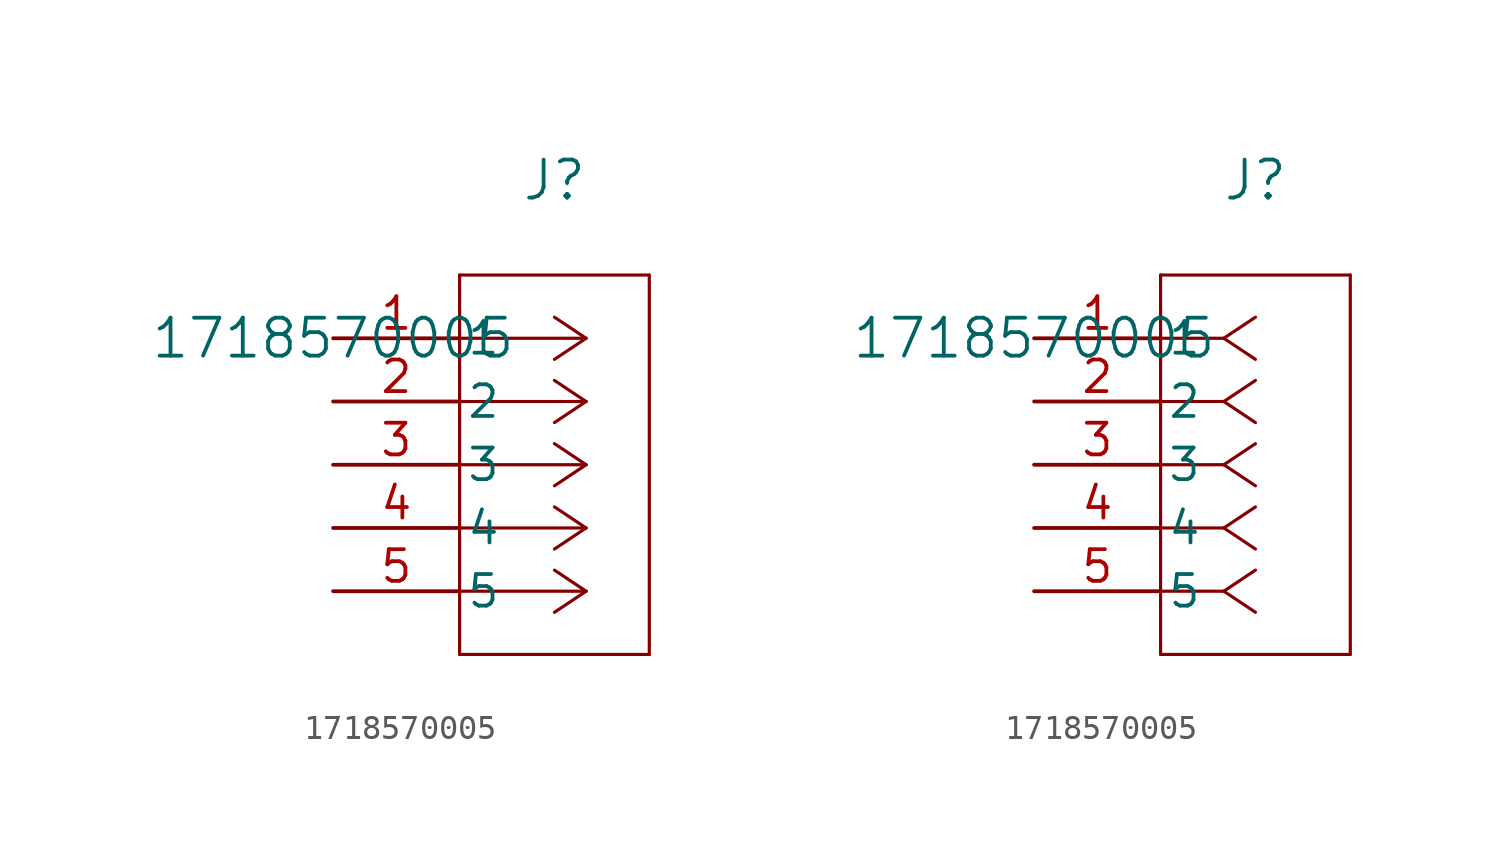
<source format=kicad_sym>
(kicad_symbol_lib
  (version 20241209)
  (generator "kicad_symbol_editor")
  (generator_version "9.0")
  (symbol "1718570005"
    (pin_names
      (offset 0.254))
    (property "Reference" "J"
      (at 8.89 6.35 0)
      (effects (font (size 1.524 1.524))))
    (property "Value" "1718570005"
      (at 0 0 0)
      (effects (font (size 1.524 1.524))))
    (symbol "1718570005_1_1"
      (polyline (pts (xy 5.08 2.54) (xy 5.08 -12.7)) (stroke (width 0.127) (type default)) (fill (type none)))
      (polyline (pts (xy 5.08 -12.7) (xy 12.7 -12.7)) (stroke (width 0.127) (type default)) (fill (type none)))
      (polyline (pts (xy 10.16 0) (xy 5.08 0)) (stroke (width 0.127) (type default)) (fill (type none)))
      (polyline (pts (xy 10.16 0) (xy 8.89 0.847)) (stroke (width 0.127) (type default)) (fill (type none)))
      (polyline (pts (xy 10.16 0) (xy 8.89 -0.847)) (stroke (width 0.127) (type default)) (fill (type none)))
      (polyline (pts (xy 10.16 -2.54) (xy 5.08 -2.54)) (stroke (width 0.127) (type default)) (fill (type none)))
      (polyline (pts (xy 10.16 -2.54) (xy 8.89 -1.693)) (stroke (width 0.127) (type default)) (fill (type none)))
      (polyline (pts (xy 10.16 -2.54) (xy 8.89 -3.387)) (stroke (width 0.127) (type default)) (fill (type none)))
      (polyline (pts (xy 10.16 -5.08) (xy 5.08 -5.08)) (stroke (width 0.127) (type default)) (fill (type none)))
      (polyline (pts (xy 10.16 -5.08) (xy 8.89 -4.233)) (stroke (width 0.127) (type default)) (fill (type none)))
      (polyline (pts (xy 10.16 -5.08) (xy 8.89 -5.927)) (stroke (width 0.127) (type default)) (fill (type none)))
      (polyline (pts (xy 10.16 -7.62) (xy 5.08 -7.62)) (stroke (width 0.127) (type default)) (fill (type none)))
      (polyline (pts (xy 10.16 -7.62) (xy 8.89 -6.773)) (stroke (width 0.127) (type default)) (fill (type none)))
      (polyline (pts (xy 10.16 -7.62) (xy 8.89 -8.467)) (stroke (width 0.127) (type default)) (fill (type none)))
      (polyline (pts (xy 10.16 -10.16) (xy 5.08 -10.16)) (stroke (width 0.127) (type default)) (fill (type none)))
      (polyline (pts (xy 10.16 -10.16) (xy 8.89 -9.313)) (stroke (width 0.127) (type default)) (fill (type none)))
      (polyline (pts (xy 10.16 -10.16) (xy 8.89 -11.007)) (stroke (width 0.127) (type default)) (fill (type none)))
      (polyline (pts (xy 12.7 2.54) (xy 5.08 2.54)) (stroke (width 0.127) (type default)) (fill (type none)))
      (polyline (pts (xy 12.7 -12.7) (xy 12.7 2.54)) (stroke (width 0.127) (type default)) (fill (type none)))
      (pin unspecified line (at 0 0 0) (length 5.08) (name "1" (effects (font (size 1.27 1.27)))) (number "1" (effects (font (size 1.27 1.27)))))
      (pin unspecified line (at 0 -2.54 0) (length 5.08) (name "2" (effects (font (size 1.27 1.27)))) (number "2" (effects (font (size 1.27 1.27)))))
      (pin unspecified line (at 0 -5.08 0) (length 5.08) (name "3" (effects (font (size 1.27 1.27)))) (number "3" (effects (font (size 1.27 1.27)))))
      (pin unspecified line (at 0 -7.62 0) (length 5.08) (name "4" (effects (font (size 1.27 1.27)))) (number "4" (effects (font (size 1.27 1.27)))))
      (pin unspecified line (at 0 -10.16 0) (length 5.08) (name "5" (effects (font (size 1.27 1.27)))) (number "5" (effects (font (size 1.27 1.27))))))
    (symbol "1718570005_1_2"
      (polyline (pts (xy 5.08 2.54) (xy 5.08 -12.7)) (stroke (width 0.127) (type default)) (fill (type none)))
      (polyline (pts (xy 5.08 -12.7) (xy 12.7 -12.7)) (stroke (width 0.127) (type default)) (fill (type none)))
      (polyline (pts (xy 7.62 0) (xy 5.08 0)) (stroke (width 0.127) (type default)) (fill (type none)))
      (polyline (pts (xy 7.62 0) (xy 8.89 0.847)) (stroke (width 0.127) (type default)) (fill (type none)))
      (polyline (pts (xy 7.62 0) (xy 8.89 -0.847)) (stroke (width 0.127) (type default)) (fill (type none)))
      (polyline (pts (xy 7.62 -2.54) (xy 5.08 -2.54)) (stroke (width 0.127) (type default)) (fill (type none)))
      (polyline (pts (xy 7.62 -2.54) (xy 8.89 -1.693)) (stroke (width 0.127) (type default)) (fill (type none)))
      (polyline (pts (xy 7.62 -2.54) (xy 8.89 -3.387)) (stroke (width 0.127) (type default)) (fill (type none)))
      (polyline (pts (xy 7.62 -5.08) (xy 5.08 -5.08)) (stroke (width 0.127) (type default)) (fill (type none)))
      (polyline (pts (xy 7.62 -5.08) (xy 8.89 -4.233)) (stroke (width 0.127) (type default)) (fill (type none)))
      (polyline (pts (xy 7.62 -5.08) (xy 8.89 -5.927)) (stroke (width 0.127) (type default)) (fill (type none)))
      (polyline (pts (xy 7.62 -7.62) (xy 5.08 -7.62)) (stroke (width 0.127) (type default)) (fill (type none)))
      (polyline (pts (xy 7.62 -7.62) (xy 8.89 -6.773)) (stroke (width 0.127) (type default)) (fill (type none)))
      (polyline (pts (xy 7.62 -7.62) (xy 8.89 -8.467)) (stroke (width 0.127) (type default)) (fill (type none)))
      (polyline (pts (xy 7.62 -10.16) (xy 5.08 -10.16)) (stroke (width 0.127) (type default)) (fill (type none)))
      (polyline (pts (xy 7.62 -10.16) (xy 8.89 -9.313)) (stroke (width 0.127) (type default)) (fill (type none)))
      (polyline (pts (xy 7.62 -10.16) (xy 8.89 -11.007)) (stroke (width 0.127) (type default)) (fill (type none)))
      (polyline (pts (xy 12.7 2.54) (xy 5.08 2.54)) (stroke (width 0.127) (type default)) (fill (type none)))
      (polyline (pts (xy 12.7 -12.7) (xy 12.7 2.54)) (stroke (width 0.127) (type default)) (fill (type none)))
      (pin unspecified line (at 0 0 0) (length 5.08) (name "1" (effects (font (size 1.27 1.27)))) (number "1" (effects (font (size 1.27 1.27)))))
      (pin unspecified line (at 0 -2.54 0) (length 5.08) (name "2" (effects (font (size 1.27 1.27)))) (number "2" (effects (font (size 1.27 1.27)))))
      (pin unspecified line (at 0 -5.08 0) (length 5.08) (name "3" (effects (font (size 1.27 1.27)))) (number "3" (effects (font (size 1.27 1.27)))))
      (pin unspecified line (at 0 -7.62 0) (length 5.08) (name "4" (effects (font (size 1.27 1.27)))) (number "4" (effects (font (size 1.27 1.27)))))
      (pin unspecified line (at 0 -10.16 0) (length 5.08) (name "5" (effects (font (size 1.27 1.27)))) (number "5" (effects (font (size 1.27 1.27))))))))
</source>
